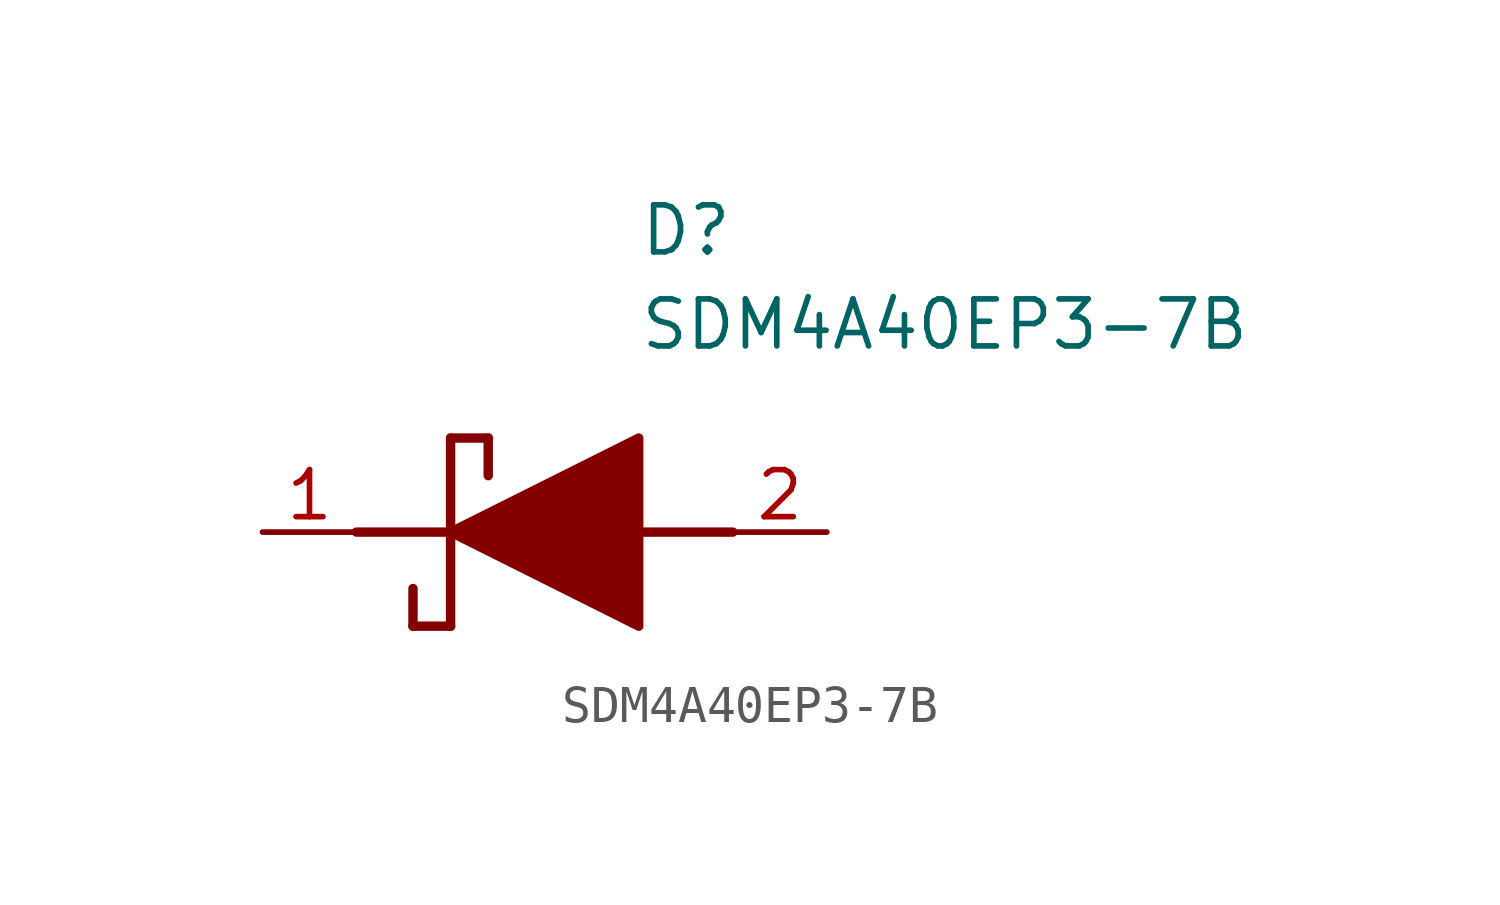
<source format=kicad_sym>
(kicad_symbol_lib
  (version 20211014)
  (generator SamacSys_ECAD_Model)
  (symbol "SDM4A40EP3-7B"
    (pin_names hide)
    (property "Reference" "D"
      (at 12.7 8.89 0)
      (effects (font (size 1.27 1.27)) (justify left top)))
    (property "Value" "SDM4A40EP3-7B"
      (at 12.7 6.35 0)
      (effects (font (size 1.27 1.27)) (justify left top)))
    (polyline
      (pts (xy 7.62 2.54) (xy 7.62 -2.54))
      (stroke (width 0.254) (type default))
      (fill (type none)))
    (polyline
      (pts (xy 7.62 2.54) (xy 8.636 2.54))
      (stroke (width 0.254) (type default))
      (fill (type none)))
    (polyline
      (pts (xy 8.636 1.524) (xy 8.636 2.54))
      (stroke (width 0.254) (type default))
      (fill (type none)))
    (polyline
      (pts (xy 7.62 -2.54) (xy 6.604 -2.54))
      (stroke (width 0.254) (type default))
      (fill (type none)))
    (polyline
      (pts (xy 6.604 -1.524) (xy 6.604 -2.54))
      (stroke (width 0.254) (type default))
      (fill (type none)))
    (polyline
      (pts (xy 5.08 0) (xy 7.62 0))
      (stroke (width 0.254) (type default))
      (fill (type none)))
    (polyline
      (pts (xy 12.7 0) (xy 15.24 0))
      (stroke (width 0.254) (type default))
      (fill (type none)))
    (polyline
      (pts (xy 7.62 0) (xy 12.7 2.54) (xy 12.7 -2.54) (xy 7.62 0))
      (stroke (width 0.254) (type default))
      (fill (type outline)))
    (pin passive line
      (at 2.54 0 0)
      (length 2.54)
      (name "K" (effects (font (size 1.27 1.27))))
      (number "1" (effects (font (size 1.27 1.27)))))
    (pin passive line
      (at 17.78 0 180)
      (length 2.54)
      (name "A" (effects (font (size 1.27 1.27))))
      (number "2" (effects (font (size 1.27 1.27)))))))
</source>
